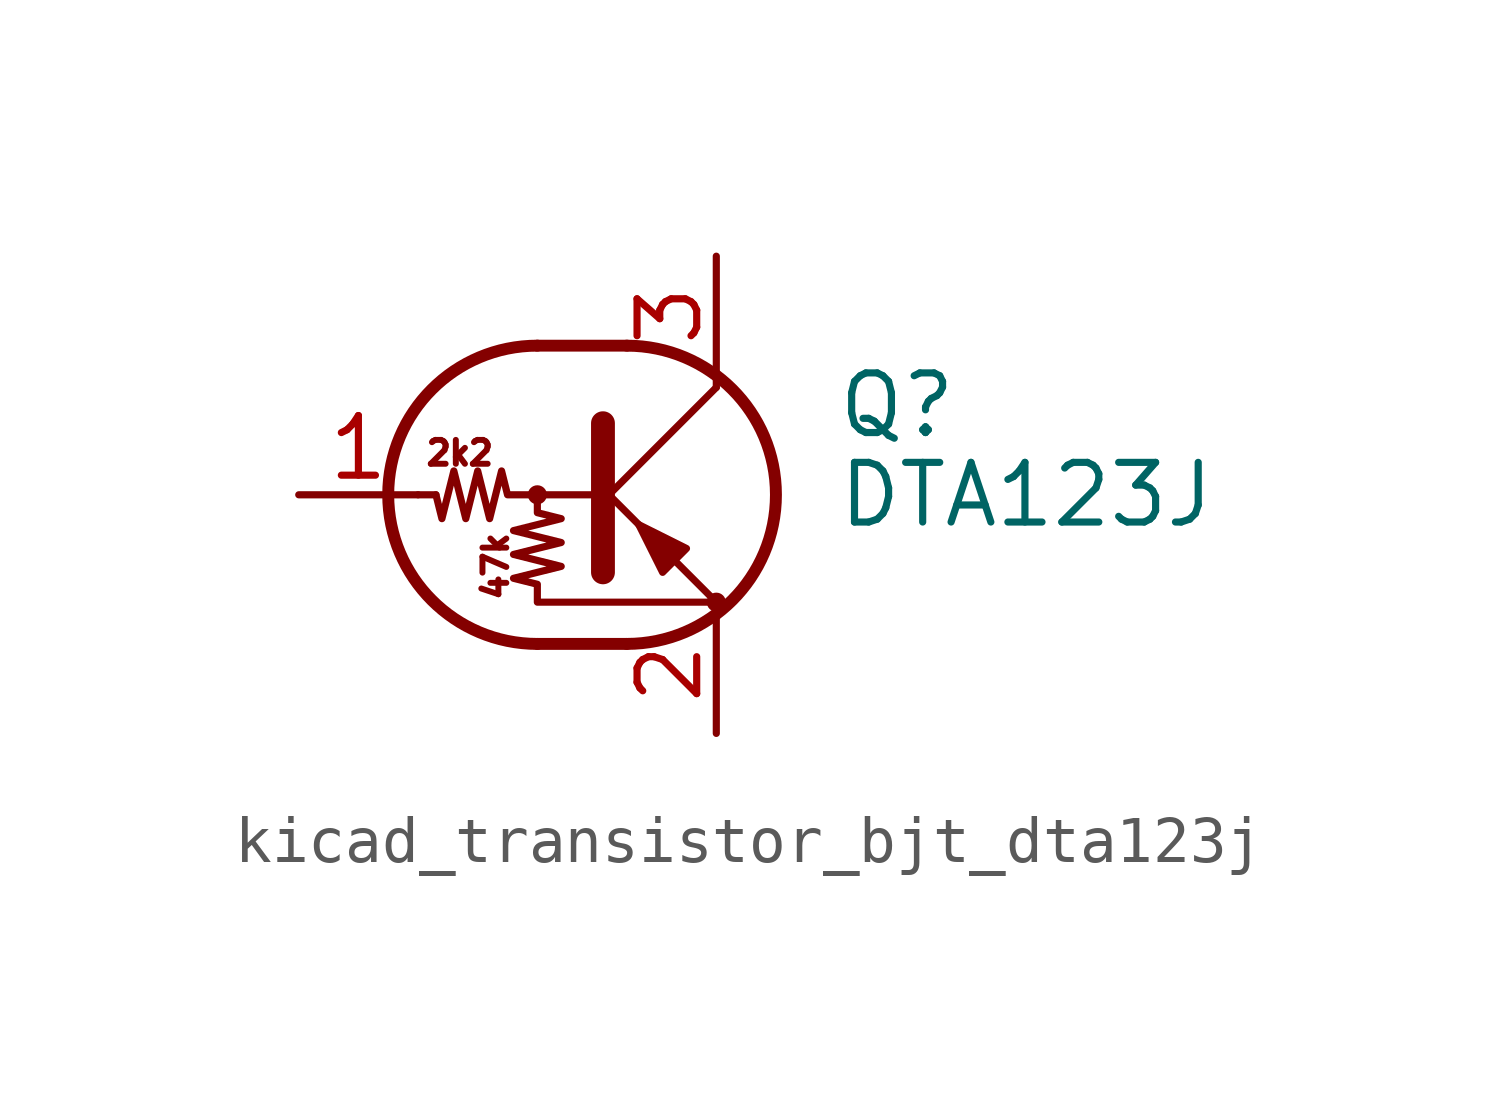
<source format=kicad_sym>
(kicad_symbol_lib
  (version 20220914)
  (generator kicad_symbol_editor)
  (symbol "kicad_transistor_bjt_dta123j"
    (pin_names
      (offset 0) hide)
    (property "Reference" "Q"
      (at 5.08 1.905 0)
      (effects (font (size 1.27 1.27)) (justify left)))
    (property "Value" "DTA123J"
      (at 5.08 0 0)
      (effects (font (size 1.27 1.27)) (justify left)))
    (symbol "kicad_transistor_bjt_dta123j_0_0"
      (text "2k2" (at -2.921 0.889 0) (effects (font (size 0.508 0.508))))
      (text "47k" (at -2.159 -1.524 900) (effects (font (size 0.508 0.508)))))
    (symbol "kicad_transistor_bjt_dta123j_0_1"
      (circle (center -1.27 0) (radius 0.127) (stroke (width 0) (type default)) (fill (type none)))
      (arc (start -1.27 3.175) (mid -4.4312 0) (end -1.27 -3.175) (stroke (width 0.254) (type default)) (fill (type none)))
      (polyline (pts (xy -3.429 0) (xy -3.81 0)) (stroke (width 0) (type default)) (fill (type none)))
      (polyline (pts (xy -1.27 -3.175) (xy 0.635 -3.175)) (stroke (width 0.254) (type default)) (fill (type none)))
      (polyline (pts (xy -1.27 3.175) (xy 0.635 3.175)) (stroke (width 0.254) (type default)) (fill (type none)))
      (polyline (pts (xy 0 -0.254) (xy 2.54 2.286)) (stroke (width 0) (type default)) (fill (type none)))
      (polyline (pts (xy 0.127 1.524) (xy 0.127 -1.651)) (stroke (width 0.508) (type default)) (fill (type outline)))
      (polyline (pts (xy 2.54 2.286) (xy 2.54 2.54)) (stroke (width 0) (type default)) (fill (type none)))
      (polyline (pts (xy 2.54 -2.286) (xy 0 0.254) (xy 0 0.254)) (stroke (width 0) (type default)) (fill (type none)))
      (polyline (pts (xy 1.397 -1.651) (xy 1.905 -1.143) (xy 0.889 -0.635) (xy 1.397 -1.651)) (stroke (width 0) (type default)) (fill (type outline)))
      (polyline (pts (xy 0 0) (xy -1.905 0) (xy -2.032 0.508) (xy -2.286 -0.508) (xy -2.54 0.508) (xy -2.794 -0.508) (xy -3.048 0.508) (xy -3.302 -0.508) (xy -3.429 0)) (stroke (width 0) (type default)) (fill (type none)))
      (polyline (pts (xy -1.27 0) (xy -1.27 -0.381) (xy -0.762 -0.508) (xy -1.778 -0.762) (xy -0.762 -1.016) (xy -1.778 -1.27) (xy -0.762 -1.524) (xy -1.778 -1.778) (xy -1.27 -1.905) (xy -1.27 -2.286) (xy 2.54 -2.286)) (stroke (width 0) (type default)) (fill (type none)))
      (arc (start 0.635 -3.175) (mid 3.7962 0) (end 0.635 3.175) (stroke (width 0.254) (type default)) (fill (type none)))
      (circle (center 2.54 -2.286) (radius 0.127) (stroke (width 0) (type default)) (fill (type none))))
    (symbol "kicad_transistor_bjt_dta123j_1_1"
      (pin input line (at -6.35 0 0) (length 2.54) (name "B" (effects (font (size 1.27 1.27)))) (number "1" (effects (font (size 1.27 1.27)))))
      (pin passive line (at 2.54 -5.08 90) (length 2.54) (name "E" (effects (font (size 1.27 1.27)))) (number "2" (effects (font (size 1.27 1.27)))))
      (pin passive line (at 2.54 5.08 270) (length 2.54) (name "C" (effects (font (size 1.27 1.27)))) (number "3" (effects (font (size 1.27 1.27))))))))
</source>
